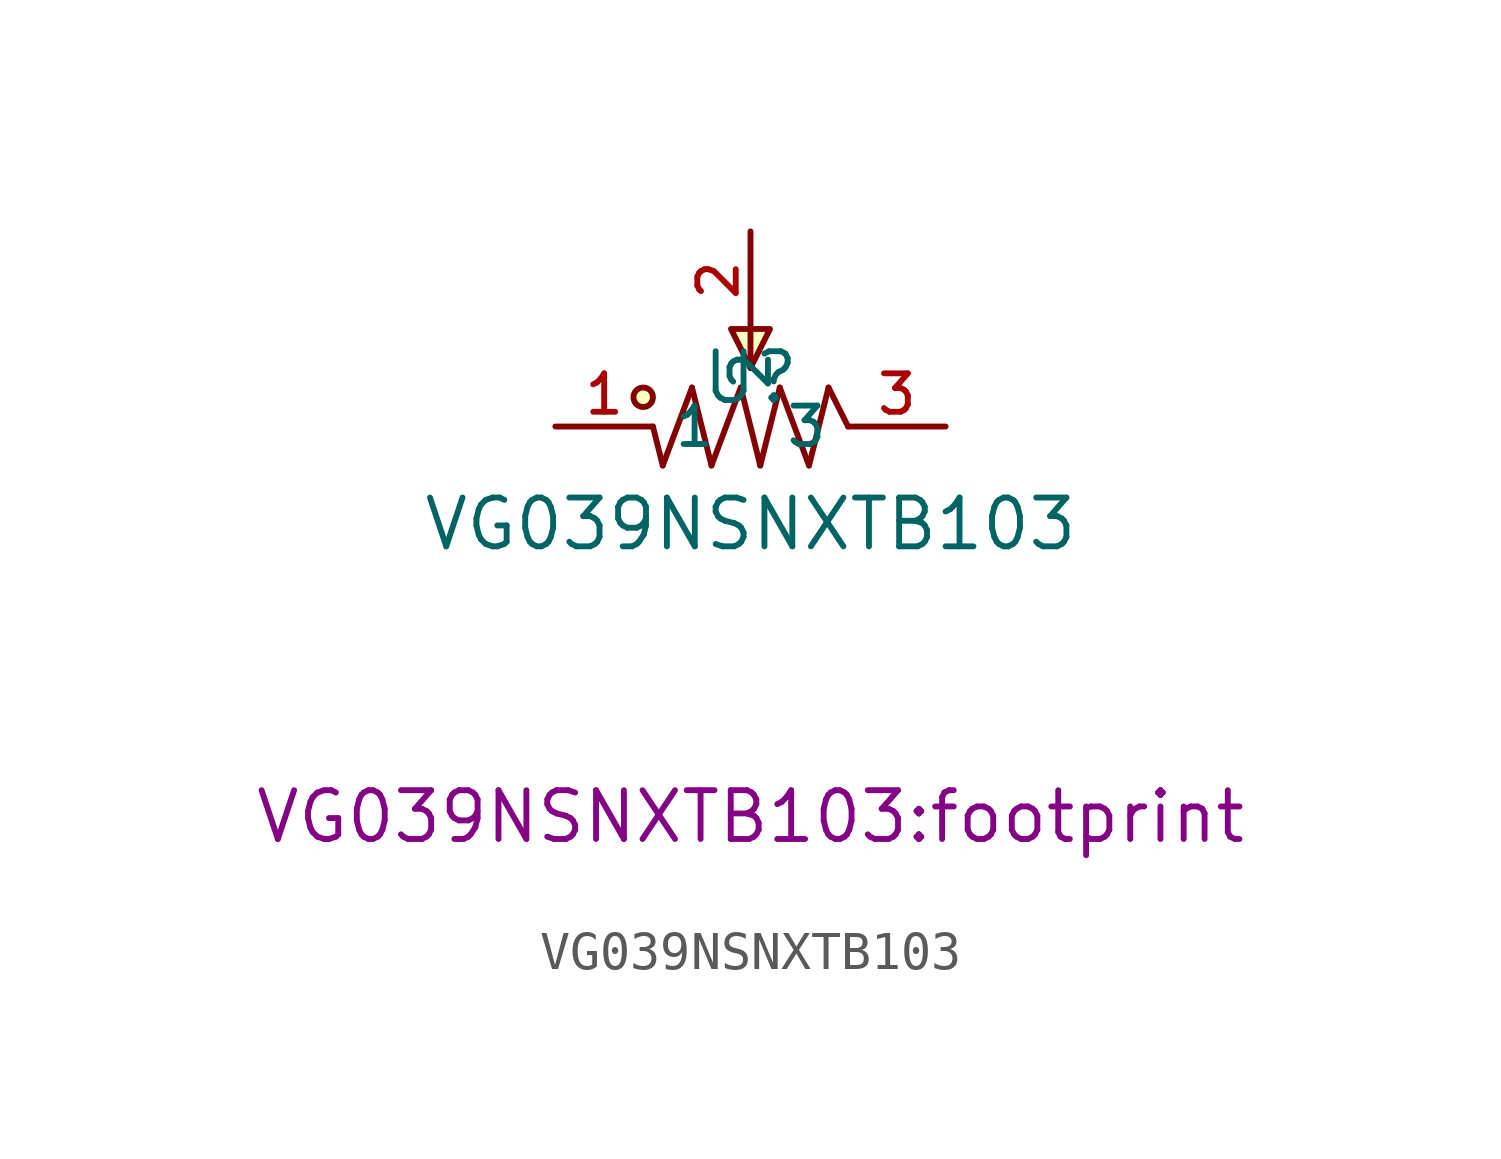
<source format=kicad_sym>
(kicad_symbol_lib
  (version 20210201)
  (generator TousstNicolas/JLC2KiCad_lib)
  (symbol "VG039NSNXTB103"
    (property "Reference" "U"
      (at 0 1.27 0)
      (effects (font (size 1.27 1.27))))
    (property "Value" "VG039NSNXTB103"
      (at 0 -2.54 0)
      (effects (font (size 1.27 1.27))))
    (property "Footprint" "VG039NSNXTB103:footprint"
      (at 0 -10.16 0))
    (symbol "VG039NSNXTB103_0_1"
      (pin unspecified line (at 0.0 5.08 270) (length 2.54) (name "2" (effects (font (size 1 1)))) (number "2" (effects (font (size 1 1)))))
      (circle (center -2.794 0.762) (radius 0.254) (stroke (width 0) (type default) (color 0 0 0 0)) (fill (type background)))
      (polyline (pts (xy 0.508 2.54) (xy 0.0 1.524) (xy -0.508 2.54) (xy 0.508 2.54)) (stroke (width 0) (type default) (color 0 0 0 0)) (fill (type background)))
      (pin unspecified line (at -5.08 -0.0 0) (length 2.54) (name "1" (effects (font (size 1 1)))) (number "1" (effects (font (size 1 1)))))
      (pin unspecified line (at 5.08 -0.0 180) (length 2.54) (name "3" (effects (font (size 1 1)))) (number "3" (effects (font (size 1 1)))))
      (polyline (pts (xy 0.0 2.54) (xy 0.0 1.524)) (stroke (width 0) (type default) (color 0 0 0 0)) (fill (type none)))
      (polyline (pts (xy -2.286 -1.016) (xy -2.54 -0.0)) (stroke (width 0) (type default) (color 0 0 0 0)) (fill (type none)))
      (polyline (pts (xy -1.524 1.016) (xy -2.286 -1.016)) (stroke (width 0) (type default) (color 0 0 0 0)) (fill (type none)))
      (polyline (pts (xy -1.016 -1.016) (xy -1.524 1.016)) (stroke (width 0) (type default) (color 0 0 0 0)) (fill (type none)))
      (polyline (pts (xy -0.254 1.016) (xy -1.016 -1.016)) (stroke (width 0) (type default) (color 0 0 0 0)) (fill (type none)))
      (polyline (pts (xy 0.254 -1.016) (xy -0.254 1.016)) (stroke (width 0) (type default) (color 0 0 0 0)) (fill (type none)))
      (polyline (pts (xy 0.762 1.016) (xy 0.254 -1.016)) (stroke (width 0) (type default) (color 0 0 0 0)) (fill (type none)))
      (polyline (pts (xy 1.524 -1.016) (xy 0.762 1.016)) (stroke (width 0) (type default) (color 0 0 0 0)) (fill (type none)))
      (polyline (pts (xy 2.032 1.016) (xy 1.524 -1.016)) (stroke (width 0) (type default) (color 0 0 0 0)) (fill (type none)))
      (polyline (pts (xy 2.54 -0.0) (xy 2.032 1.016)) (stroke (width 0) (type default) (color 0 0 0 0)) (fill (type none))))))
</source>
